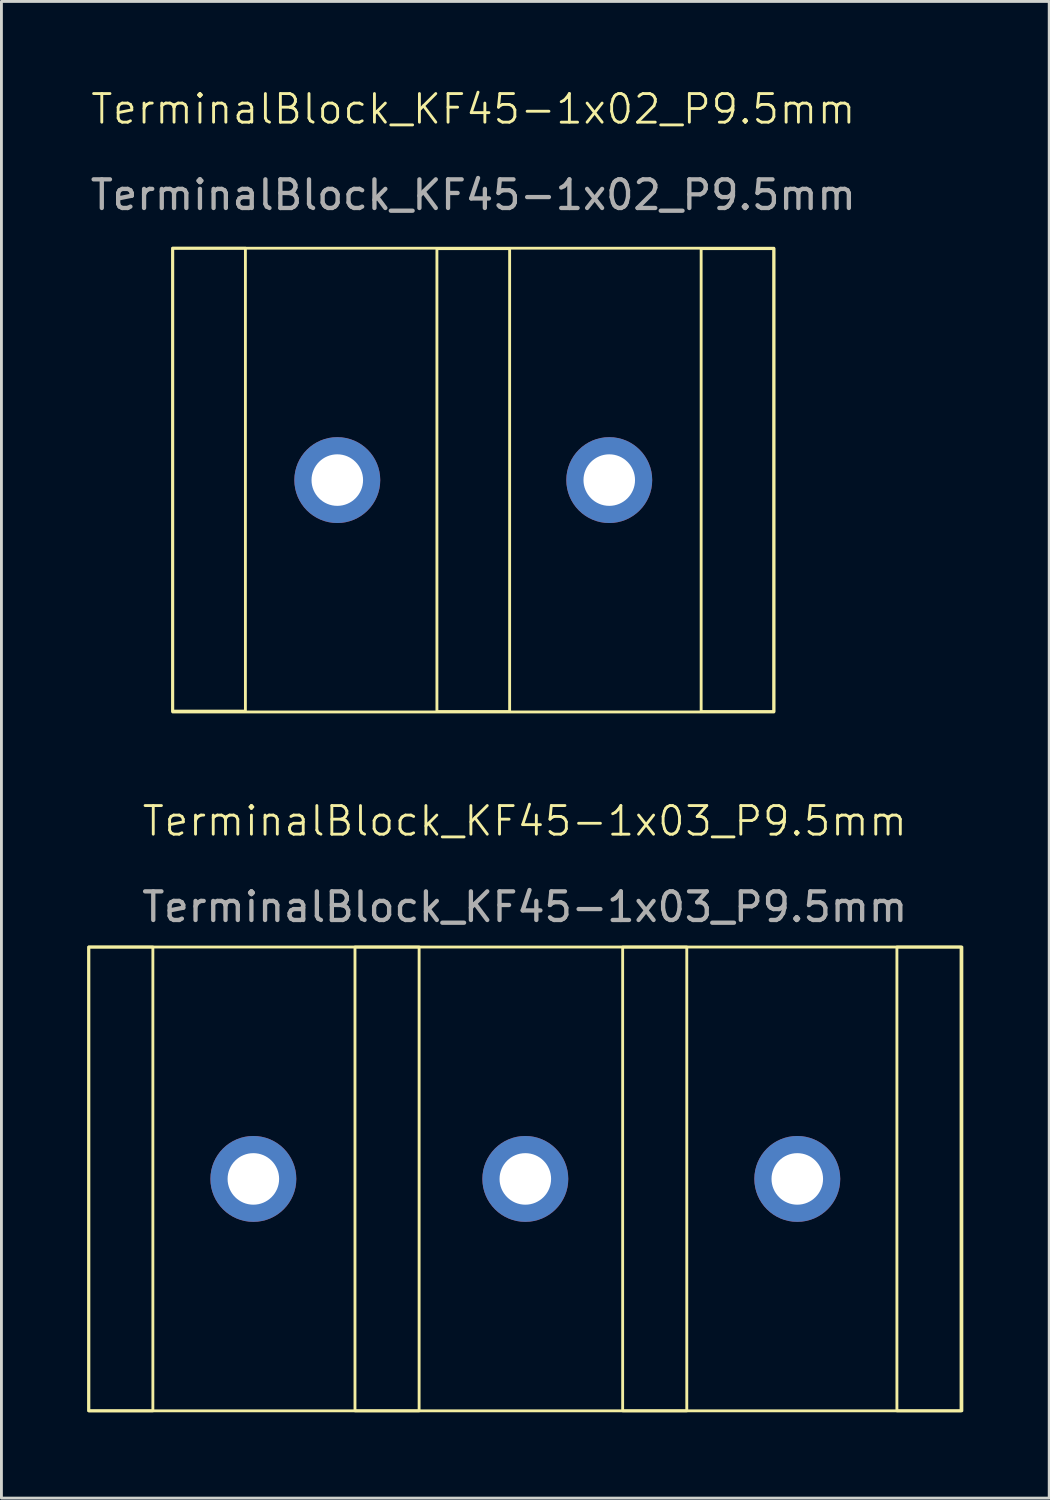
<source format=kicad_pcb>
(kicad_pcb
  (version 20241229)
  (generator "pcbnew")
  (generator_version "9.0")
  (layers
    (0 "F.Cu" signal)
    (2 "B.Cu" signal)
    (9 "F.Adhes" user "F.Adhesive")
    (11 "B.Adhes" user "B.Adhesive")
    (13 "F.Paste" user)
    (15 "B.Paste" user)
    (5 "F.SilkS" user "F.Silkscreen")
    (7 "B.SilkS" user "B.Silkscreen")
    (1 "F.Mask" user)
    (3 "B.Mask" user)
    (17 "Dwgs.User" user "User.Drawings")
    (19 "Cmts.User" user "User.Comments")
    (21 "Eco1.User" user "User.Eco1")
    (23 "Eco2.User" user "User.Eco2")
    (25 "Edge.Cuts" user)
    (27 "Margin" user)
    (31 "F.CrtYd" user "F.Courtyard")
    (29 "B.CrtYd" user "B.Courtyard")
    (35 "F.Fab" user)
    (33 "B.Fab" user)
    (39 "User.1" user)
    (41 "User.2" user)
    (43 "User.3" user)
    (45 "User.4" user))
  (footprint "TerminalBlock_KF45-1x02_P9.5mm"
    (layer "F.Cu")
    (at 13.482 13.72)
    (property "Reference" "TerminalBlock_KF45-1x02_P9.5mm" (at 0 -12.96 0) (unlocked yes) (layer "F.SilkS") (effects (font (size 1 1) (thickness 0.1))))
    (attr through_hole)
    (fp_rect (start -10.5 -8.1) (end -7.96 8.07) (stroke (width 0.1) (type solid)) (fill no) (layer "F.SilkS"))
    (fp_rect (start -10.5 -8.1) (end 10.5 8.1) (stroke (width 0.1) (type solid)) (fill no) (layer "F.SilkS"))
    (fp_rect (start -1.27 -8.085) (end 1.27 8.085) (stroke (width 0.1) (type solid)) (fill no) (layer "F.SilkS"))
    (fp_rect (start 7.96 -8.085) (end 10.5 8.085) (stroke (width 0.1) (type solid)) (fill no) (layer "F.SilkS"))
    (fp_text user "${REFERENCE}" (at 0 -9.96 0) (unlocked yes) (layer "F.Fab") (effects (font (size 1 1) (thickness 0.15))))
    (pad "1" thru_hole circle (at -4.75 0) (size 3 3) (drill 1.8) (layers "*.Cu" "*.Mask"))
    (pad "2" thru_hole circle (at 4.75 0) (size 3 3) (drill 1.8) (layers "*.Cu" "*.Mask")))
  (footprint "TerminalBlock_KF45-1x03_P9.5mm"
    (layer "F.Cu")
    (at 15.3 38.131)
    (property "Reference" "TerminalBlock_KF45-1x03_P9.5mm" (at -0.02 -12.5 0) (unlocked yes) (layer "F.SilkS") (effects (font (size 1 1) (thickness 0.1))))
    (attr through_hole)
    (fp_rect (start -15.25 -8.1) (end -13.01 8.1) (stroke (width 0.1) (type solid)) (fill no) (layer "F.SilkS"))
    (fp_rect (start -15.25 -8.1) (end 15.25 8.1) (stroke (width 0.1) (type solid)) (fill no) (layer "F.SilkS"))
    (fp_rect (start -5.95 -8.1) (end -3.71 8.1) (stroke (width 0.1) (type solid)) (fill no) (layer "F.SilkS"))
    (fp_rect (start 3.4 -8.1) (end 5.64 8.1) (stroke (width 0.1) (type solid)) (fill no) (layer "F.SilkS"))
    (fp_rect (start 12.98 -8.1) (end 15.22 8.1) (stroke (width 0.1) (type solid)) (fill no) (layer "F.SilkS"))
    (fp_text user "${REFERENCE}" (at -0.02 -9.5 0) (unlocked yes) (layer "F.Fab") (effects (font (size 1 1) (thickness 0.15))))
    (pad "1" thru_hole circle (at -9.5 0) (size 3 3) (drill 1.8) (layers "*.Cu" "*.Mask"))
    (pad "2" thru_hole circle (at 0 0) (size 3 3) (drill 1.8) (layers "*.Cu" "*.Mask"))
    (pad "3" thru_hole circle (at 9.5 0) (size 3 3) (drill 1.8) (layers "*.Cu" "*.Mask")))
  (gr_rect
    (start -3 -3)
    (end 33.6 49.281)
    (stroke (width 0.1) (type default))
    (fill no)
    (layer "Edge.Cuts")))
</source>
